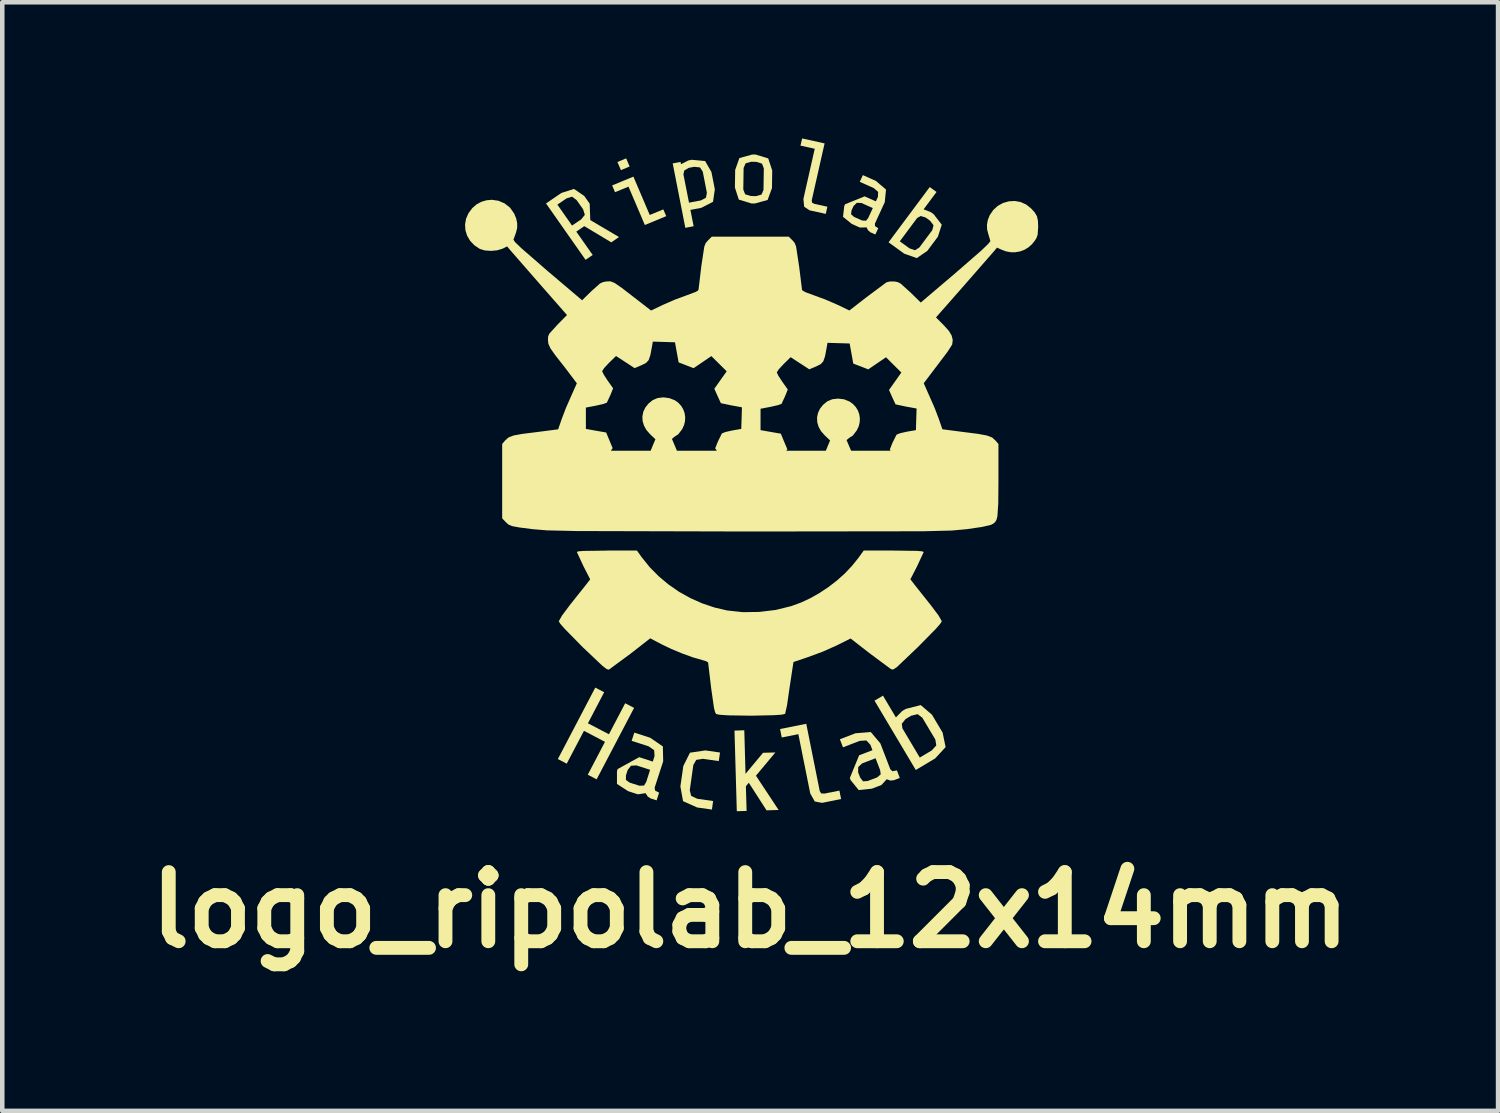
<source format=kicad_pcb>
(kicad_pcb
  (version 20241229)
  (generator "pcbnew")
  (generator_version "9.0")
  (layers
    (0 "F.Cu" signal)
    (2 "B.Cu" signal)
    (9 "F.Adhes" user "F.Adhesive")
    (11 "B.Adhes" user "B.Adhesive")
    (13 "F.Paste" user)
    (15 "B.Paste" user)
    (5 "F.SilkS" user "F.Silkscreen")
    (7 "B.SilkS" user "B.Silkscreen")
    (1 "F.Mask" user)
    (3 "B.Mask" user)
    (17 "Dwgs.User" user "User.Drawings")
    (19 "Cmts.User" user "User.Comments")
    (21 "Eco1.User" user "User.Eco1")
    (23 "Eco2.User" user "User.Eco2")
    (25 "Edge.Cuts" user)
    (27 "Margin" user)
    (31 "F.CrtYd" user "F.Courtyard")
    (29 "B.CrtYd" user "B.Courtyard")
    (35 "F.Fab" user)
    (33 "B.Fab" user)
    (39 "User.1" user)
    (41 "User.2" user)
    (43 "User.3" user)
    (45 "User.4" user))
  (footprint "logo_ripolab_12x14mm"
    (layer "F.Cu")
    (at 13.477 7.916)
    (property "Reference" "logo_ripolab_12x14mm" (at 0 9.081 0) (layer "F.SilkS") (effects (font (size 1.524 1.524) (thickness 0.305))))
    (attr smd)
    (fp_poly (pts (xy -3.662 5.134) (xy -4.042 5.858) (xy -4.237 5.756) (xy -3.413 4.182) (xy -3.217 4.284) (xy -3.575 4.968) (xy -3.112 5.21) (xy -2.754 4.527) (xy -2.558 4.629) (xy -3.383 6.203) (xy -3.578 6.101) (xy -3.199 5.377) (xy -3.662 5.134)) (stroke (width 0) (type solid)) (fill yes) (layer "F.SilkS"))
    (fp_poly (pts (xy -0.095 6.356) (xy -0.079 6.899) (xy -0.295 6.905) (xy -0.346 5.129) (xy -0.13 5.122) (xy -0.103 6.082) (xy 0.283 5.618) (xy 0.554 5.611) (xy 0.127 6.123) (xy 0.626 6.878) (xy 0.36 6.886) (xy -0.031 6.278) (xy -0.095 6.356) (xy -0.095 6.356)) (stroke (width 0) (type solid)) (fill yes) (layer "F.SilkS"))
    (fp_poly (pts (xy 1.306 -6.333) (xy 1.189 -6.412) (xy 1.172 -6.583) (xy 1.422 -7.689) (xy 1.108 -7.758) (xy 1.144 -7.916) (xy 1.639 -7.807) (xy 1.356 -6.554) (xy 1.362 -6.502) (xy 1.416 -6.474) (xy 1.7 -6.412) (xy 1.665 -6.254) (xy 1.306 -6.333) (xy 1.306 -6.333)) (stroke (width 0) (type solid)) (fill yes) (layer "F.SilkS"))
    (fp_poly (pts (xy 1.584 6.721) (xy 1.423 6.691) (xy 1.323 6.515) (xy 1.061 5.208) (xy 0.695 5.281) (xy 0.658 5.095) (xy 1.235 4.979) (xy 1.532 6.46) (xy 1.563 6.513) (xy 1.634 6.517) (xy 1.965 6.451) (xy 2.003 6.637) (xy 1.584 6.721) (xy 1.584 6.721)) (stroke (width 0) (type solid)) (fill yes) (layer "F.SilkS"))
    (fp_poly (pts (xy -2.733 -7.477) (xy -1.914 -6.353) (xy -1.85 -6.204) (xy -2.321 -6.009) (xy -2.681 -6.854) (xy -2.978 -6.732) (xy -3.041 -6.881) (xy -2.573 -7.075) (xy -2.213 -6.23) (xy -1.914 -6.353) (xy -2.733 -7.477) (xy -2.656 -7.298) (xy -2.848 -7.218) (xy -2.925 -7.397) (xy -2.733 -7.477)) (stroke (width 0) (type solid)) (fill yes) (layer "F.SilkS"))
    (fp_poly (pts (xy -1.168 6.823) (xy -1.479 6.684) (xy -1.538 6.36) (xy -1.473 5.908) (xy -1.327 5.616) (xy -0.989 5.566) (xy -0.665 5.612) (xy -0.692 5.801) (xy -1.041 5.751) (xy -1.188 5.774) (xy -1.253 5.888) (xy -1.331 6.441) (xy -1.301 6.568) (xy -1.166 6.631) (xy -0.817 6.681) (xy -0.843 6.869) (xy -1.168 6.823) (xy -1.168 6.823)) (stroke (width 0) (type solid)) (fill yes) (layer "F.SilkS"))
    (fp_poly (pts (xy -3.831 -5.863) (xy -3.925 -5.997) (xy -3.721 -6.135) (xy -3.643 -6.233) (xy -3.68 -6.354) (xy -3.824 -6.558) (xy -3.924 -6.634) (xy -4.045 -6.596) (xy -4.248 -6.458) (xy -3.925 -5.997) (xy -3.831 -5.863) (xy -3.47 -5.349) (xy -3.627 -5.242) (xy -4.498 -6.484) (xy -4.16 -6.715) (xy -3.882 -6.804) (xy -3.656 -6.649) (xy -3.536 -6.479) (xy -3.523 -6.118) (xy -2.89 -5.744) (xy -3.061 -5.627) (xy -3.655 -5.984) (xy -3.831 -5.863)) (stroke (width 0) (type solid)) (fill yes) (layer "F.SilkS"))
    (fp_poly (pts (xy 3.902 -5.439) (xy 3.63 -5.453) (xy 3.726 -5.513) (xy 4.011 -5.895) (xy 4.039 -6.003) (xy 3.962 -6.104) (xy 3.864 -6.175) (xy 3.864 -6.175) (xy 3.754 -6.207) (xy 3.678 -6.163) (xy 3.296 -5.65) (xy 3.509 -5.495) (xy 3.63 -5.453) (xy 3.902 -5.439) (xy 3.67 -5.28) (xy 3.394 -5.377) (xy 3.048 -5.628) (xy 3.955 -6.845) (xy 4.105 -6.737) (xy 3.82 -6.354) (xy 3.978 -6.293) (xy 4.042 -6.247) (xy 4.22 -6.016) (xy 4.135 -5.752) (xy 3.902 -5.439)) (stroke (width 0) (type solid)) (fill yes) (layer "F.SilkS"))
    (fp_poly (pts (xy 4.239 5.173) (xy 4.1 5.456) (xy 4.079 5.327) (xy 3.793 4.847) (xy 3.69 4.767) (xy 3.545 4.802) (xy 3.423 4.875) (xy 3.423 4.875) (xy 3.34 4.978) (xy 3.353 5.079) (xy 3.736 5.723) (xy 4 5.566) (xy 4.1 5.456) (xy 4.239 5.173) (xy 4.305 5.493) (xy 4.075 5.742) (xy 3.648 5.997) (xy 2.739 4.47) (xy 2.925 4.359) (xy 3.21 4.839) (xy 3.348 4.698) (xy 3.426 4.652) (xy 3.757 4.567) (xy 4.005 4.78) (xy 4.239 5.173)) (stroke (width 0) (type solid)) (fill yes) (layer "F.SilkS"))
    (fp_poly (pts (xy -1.535 -7.399) (xy -1.525 -7.348) (xy -1.354 -7.268) (xy -1.452 -7.21) (xy -1.471 -7.125) (xy -1.348 -6.501) (xy -1.088 -6.55) (xy -0.975 -6.609) (xy -0.954 -6.718) (xy -1.045 -7.184) (xy -1.106 -7.278) (xy -1.233 -7.291) (xy -1.354 -7.268) (xy -1.354 -7.268) (xy -1.525 -7.348) (xy -1.363 -7.431) (xy -1.286 -7.446) (xy -0.993 -7.418) (xy -0.854 -7.177) (xy -0.779 -6.796) (xy -0.819 -6.52) (xy -1.078 -6.387) (xy -1.317 -6.342) (xy -1.246 -5.982) (xy -1.429 -5.947) (xy -1.707 -7.366) (xy -1.535 -7.399) (xy -1.535 -7.399)) (stroke (width 0) (type solid)) (fill yes) (layer "F.SilkS"))
    (fp_poly (pts (xy 0.48 -6.823) (xy 0.3 -7.257) (xy 0.26 -7.361) (xy 0.138 -7.4) (xy 0.022 -7.403) (xy -0.101 -7.368) (xy -0.145 -7.265) (xy -0.152 -6.79) (xy -0.111 -6.686) (xy 0.011 -6.648) (xy 0.127 -6.645) (xy 0.25 -6.68) (xy 0.293 -6.782) (xy 0.3 -7.257) (xy 0.3 -7.257) (xy 0.48 -6.823) (xy 0.384 -6.561) (xy 0.102 -6.483) (xy 0.03 -6.483) (xy -0.251 -6.569) (xy -0.337 -6.834) (xy -0.331 -7.222) (xy -0.238 -7.484) (xy 0.046 -7.562) (xy 0.118 -7.562) (xy 0.397 -7.476) (xy 0.485 -7.211) (xy 0.48 -6.823) (xy 0.48 -6.823)) (stroke (width 0) (type solid)) (fill yes) (layer "F.SilkS"))
    (fp_poly (pts (xy -2.195 6.623) (xy -2.441 6.344) (xy -2.338 6.34) (xy -2.29 6.259) (xy -2.205 5.993) (xy -2.507 5.896) (xy -2.624 5.903) (xy -2.698 5.994) (xy -2.737 6.115) (xy -2.738 6.216) (xy -2.656 6.275) (xy -2.441 6.344) (xy -2.441 6.344) (xy -2.195 6.623) (xy -2.258 6.581) (xy -2.304 6.508) (xy -2.475 6.533) (xy -2.69 6.463) (xy -2.935 6.304) (xy -2.935 6.024) (xy -2.919 5.976) (xy -2.446 5.715) (xy -2.146 5.812) (xy -2.107 5.691) (xy -2.116 5.56) (xy -2.238 5.476) (xy -2.612 5.355) (xy -2.553 5.174) (xy -2.203 5.287) (xy -1.924 5.478) (xy -1.917 5.806) (xy -2.105 6.386) (xy -2.096 6.45) (xy -2.007 6.497) (xy -2.062 6.666) (xy -2.195 6.623) (xy -2.195 6.623)) (stroke (width 0) (type solid)) (fill yes) (layer "F.SilkS"))
    (fp_poly (pts (xy 2.648 -5.849) (xy 2.464 -6.109) (xy 2.553 -6.103) (xy 2.601 -6.166) (xy 2.701 -6.382) (xy 2.451 -6.494) (xy 2.35 -6.498) (xy 2.278 -6.429) (xy 2.232 -6.331) (xy 2.222 -6.246) (xy 2.287 -6.188) (xy 2.464 -6.109) (xy 2.464 -6.109) (xy 2.648 -5.849) (xy 2.597 -5.891) (xy 2.565 -5.957) (xy 2.417 -5.953) (xy 2.239 -6.032) (xy 2.045 -6.19) (xy 2.072 -6.426) (xy 2.09 -6.466) (xy 2.521 -6.64) (xy 2.768 -6.53) (xy 2.814 -6.628) (xy 2.819 -6.739) (xy 2.723 -6.822) (xy 2.414 -6.96) (xy 2.482 -7.108) (xy 2.771 -6.979) (xy 2.992 -6.79) (xy 2.965 -6.513) (xy 2.748 -6.041) (xy 2.749 -5.986) (xy 2.821 -5.938) (xy 2.757 -5.8) (xy 2.648 -5.849) (xy 2.648 -5.849)) (stroke (width 0) (type solid)) (fill yes) (layer "F.SilkS"))
    (fp_poly (pts (xy 3.166 6.222) (xy 2.799 6.159) (xy 2.876 6.092) (xy 2.862 5.999) (xy 2.762 5.738) (xy 2.466 5.852) (xy 2.38 5.932) (xy 2.378 6.049) (xy 2.424 6.167) (xy 2.487 6.247) (xy 2.588 6.24) (xy 2.799 6.159) (xy 2.799 6.159) (xy 3.166 6.222) (xy 3.09 6.23) (xy 3.008 6.201) (xy 2.891 6.328) (xy 2.68 6.409) (xy 2.39 6.439) (xy 2.213 6.221) (xy 2.195 6.174) (xy 2.4 5.673) (xy 2.694 5.561) (xy 2.648 5.442) (xy 2.56 5.346) (xy 2.411 5.356) (xy 2.044 5.498) (xy 1.976 5.32) (xy 2.319 5.188) (xy 2.657 5.161) (xy 2.868 5.412) (xy 3.087 5.981) (xy 3.134 6.025) (xy 3.232 6.006) (xy 3.296 6.172) (xy 3.166 6.222) (xy 3.166 6.222)) (stroke (width 0) (type solid)) (fill yes) (layer "F.SilkS"))
    (fp_poly (pts (xy -5.693 -6.564) (xy -5.809 -6.554) (xy -5.921 -6.521) (xy -3.109 -2.974) (xy -2.956 -3.123) (xy -2.751 -2.99) (xy -2.546 -2.856) (xy -2.393 -2.921) (xy -2.296 -2.969) (xy -2.237 -3.032) (xy -2.199 -3.144) (xy -2.162 -3.341) (xy -2.145 -3.44) (xy -2.145 -3.44) (xy -1.901 -3.433) (xy -1.657 -3.425) (xy -1.617 -3.204) (xy -1.577 -2.983) (xy -1.412 -2.919) (xy -1.247 -2.855) (xy -1.051 -2.988) (xy -0.856 -3.121) (xy -0.687 -2.954) (xy -0.518 -2.786) (xy -0.654 -2.594) (xy -0.79 -2.402) (xy -0.721 -2.247) (xy -0.646 -2.084) (xy -0.411 -2.035) (xy -0.182 -1.993) (xy -0.189 -1.755) (xy -0.197 -1.517) (xy -0.396 -1.482) (xy -0.545 -1.449) (xy -0.624 -1.417) (xy -0.712 -1.238) (xy -0.771 -1.09) (xy -0.735 -1.036) (xy -1.614 -1.036) (xy -1.724 -1.297) (xy -1.664 -1.347) (xy -1.585 -1.398) (xy -1.498 -1.512) (xy -1.458 -1.599) (xy -1.436 -1.688) (xy -1.432 -1.778) (xy -1.445 -1.865) (xy -1.475 -1.948) (xy -1.521 -2.025) (xy -1.582 -2.092) (xy -1.658 -2.147) (xy -1.78 -2.195) (xy -1.912 -2.212) (xy -2.04 -2.197) (xy -2.149 -2.15) (xy -2.242 -2.074) (xy -2.31 -1.988) (xy -2.355 -1.894) (xy -2.375 -1.794) (xy -2.371 -1.693) (xy -2.341 -1.592) (xy -2.287 -1.494) (xy -2.208 -1.403) (xy -2.088 -1.289) (xy -2.128 -1.194) (xy -2.193 -1.036) (xy -3.07 -1.036) (xy -3.03 -1.094) (xy -3.102 -1.266) (xy -3.173 -1.438) (xy -3.397 -1.477) (xy -3.62 -1.517) (xy -3.62 -1.752) (xy -3.62 -1.987) (xy -3.399 -2.029) (xy -3.237 -2.066) (xy -3.158 -2.095) (xy -3.079 -2.265) (xy -3.02 -2.411) (xy -3.141 -2.582) (xy -3.226 -2.713) (xy -3.262 -2.789) (xy -3.217 -2.858) (xy -3.109 -2.974) (xy -5.921 -6.521) (xy -6.027 -6.464) (xy -6.122 -6.382) (xy -6.207 -6.268) (xy -6.26 -6.146) (xy -6.282 -6.02) (xy -6.274 -5.894) (xy -6.236 -5.773) (xy -6.17 -5.661) (xy -6.077 -5.563) (xy -5.956 -5.482) (xy -5.848 -5.449) (xy -5.711 -5.439) (xy -5.572 -5.452) (xy -5.456 -5.487) (xy -5.355 -5.537) (xy -5.28 -5.448) (xy -4.621 -4.693) (xy 0.707 -2.556) (xy 0.621 -2.687) (xy 0.586 -2.763) (xy 0.631 -2.832) (xy 0.739 -2.948) (xy 0.891 -3.097) (xy 1.097 -2.963) (xy 1.302 -2.83) (xy 1.455 -2.894) (xy 1.552 -2.943) (xy 1.61 -3.005) (xy 1.649 -3.118) (xy 1.686 -3.315) (xy 1.703 -3.414) (xy 1.703 -3.414) (xy 1.703 -3.414) (xy 1.947 -3.406) (xy 2.191 -3.399) (xy 2.231 -3.178) (xy 2.271 -2.956) (xy 2.436 -2.893) (xy 2.601 -2.829) (xy 2.796 -2.962) (xy 2.992 -3.095) (xy 3.161 -2.927) (xy 3.33 -2.759) (xy 3.194 -2.567) (xy 3.058 -2.375) (xy 3.127 -2.22) (xy 3.202 -2.058) (xy 3.436 -2.008) (xy 3.666 -1.967) (xy 3.658 -1.729) (xy 3.651 -1.49) (xy 3.452 -1.456) (xy 3.303 -1.422) (xy 3.224 -1.39) (xy 3.135 -1.212) (xy 3.076 -1.064) (xy 3.095 -1.036) (xy 2.223 -1.036) (xy 2.123 -1.271) (xy 2.184 -1.321) (xy 2.263 -1.372) (xy 2.349 -1.486) (xy 2.39 -1.572) (xy 2.412 -1.662) (xy 2.416 -1.751) (xy 2.403 -1.839) (xy 2.373 -1.922) (xy 2.327 -1.998) (xy 2.265 -2.065) (xy 2.189 -2.12) (xy 2.068 -2.169) (xy 1.936 -2.185) (xy 1.807 -2.17) (xy 1.698 -2.124) (xy 1.606 -2.048) (xy 1.537 -1.962) (xy 1.493 -1.867) (xy 1.473 -1.768) (xy 1.477 -1.666) (xy 1.506 -1.565) (xy 1.56 -1.468) (xy 1.64 -1.377) (xy 1.76 -1.263) (xy 1.72 -1.167) (xy 1.666 -1.036) (xy 0.796 -1.036) (xy 0.818 -1.068) (xy 0.746 -1.24) (xy 0.675 -1.412) (xy 0.451 -1.451) (xy 0.228 -1.49) (xy 0.228 -1.726) (xy 0.228 -1.961) (xy 0.448 -2.003) (xy 0.61 -2.04) (xy 0.69 -2.068) (xy 0.769 -2.238) (xy 0.828 -2.385) (xy 0.707 -2.556) (xy -4.621 -4.693) (xy -4.036 -4.026) (xy -4.246 -3.813) (xy -4.425 -3.615) (xy -4.451 -3.555) (xy -4.456 -3.487) (xy -4.447 -3.394) (xy -4.401 -3.292) (xy -4.291 -3.136) (xy -4.088 -2.878) (xy -3.819 -2.522) (xy -3.948 -2.232) (xy -4.061 -1.975) (xy -4.151 -1.738) (xy -4.231 -1.508) (xy -4.685 -1.449) (xy -5.015 -1.408) (xy -5.214 -1.372) (xy -5.325 -1.328) (xy -5.396 -1.265) (xy -5.464 -1.185) (xy -5.464 -0.366) (xy -5.464 0.453) (xy -3.975 2.366) (xy -4.145 2.594) (xy -4.217 2.72) (xy -4.183 2.777) (xy -4.082 2.892) (xy -3.691 3.29) (xy -3.257 3.701) (xy -3.161 3.775) (xy -3.114 3.787) (xy -2.632 3.432) (xy -2.202 3.096) (xy -1.956 3.226) (xy -1.737 3.331) (xy -1.493 3.432) (xy -1.256 3.518) (xy -1.059 3.574) (xy -0.966 3.603) (xy -0.927 3.628) (xy -0.86 4.193) (xy -0.798 4.627) (xy -0.773 4.724) (xy -0.749 4.765) (xy -0.666 4.781) (xy -0.489 4.793) (xy 0.02 4.801) (xy 0.524 4.79) (xy 0.695 4.778) (xy 0.769 4.761) (xy 0.811 4.575) (xy 0.868 4.179) (xy 0.953 3.619) (xy 1.279 3.508) (xy 1.589 3.394) (xy 1.9 3.256) (xy 2.212 3.1) (xy 2.626 3.422) (xy 3.103 3.776) (xy 3.15 3.783) (xy 3.232 3.73) (xy 3.693 3.291) (xy 4.086 2.892) (xy 4.187 2.776) (xy 4.221 2.72) (xy 4.15 2.594) (xy 3.979 2.366) (xy 3.633 1.931) (xy 3.529 1.796) (xy 3.676 1.51) (xy 3.823 1.194) (xy 3.788 1.18) (xy 3.674 1.17) (xy 3.162 1.163) (xy 2.501 1.163) (xy 2.382 1.327) (xy 2.243 1.5) (xy 2.086 1.666) (xy 1.912 1.822) (xy 1.725 1.966) (xy 1.528 2.097) (xy 1.324 2.213) (xy 1.115 2.31) (xy 0.904 2.387) (xy 0.564 2.471) (xy 0.2 2.515) (xy -0.164 2.52) (xy -0.506 2.483) (xy -0.785 2.418) (xy -1.056 2.327) (xy -1.317 2.211) (xy -1.566 2.072) (xy -1.799 1.911) (xy -2.015 1.73) (xy -2.212 1.531) (xy -2.387 1.314) (xy -2.495 1.163) (xy -3.157 1.163) (xy -3.157 1.164) (xy -3.67 1.171) (xy -3.784 1.18) (xy -3.819 1.194) (xy -3.672 1.51) (xy -3.525 1.797) (xy -3.629 1.931) (xy -3.975 2.366) (xy -5.464 0.453) (xy -5.389 0.532) (xy -5.327 0.589) (xy -5.244 0.625) (xy -5.086 0.654) (xy -4.801 0.691) (xy -4.479 0.718) (xy -3.815 0.733) (xy -0.043 0.743) (xy 3.802 0.738) (xy 4.438 0.722) (xy 4.772 0.692) (xy 5.111 0.642) (xy 5.303 0.597) (xy 5.357 0.569) (xy 5.397 0.535) (xy 5.426 0.485) (xy 5.446 0.407) (xy 5.465 0.127) (xy 5.469 -0.388) (xy 5.469 -1.185) (xy 5.4 -1.265) (xy 5.33 -1.328) (xy 5.218 -1.371) (xy 5.019 -1.408) (xy 4.688 -1.45) (xy 4.234 -1.509) (xy 4.155 -1.738) (xy 4.065 -1.975) (xy 3.952 -2.232) (xy 3.823 -2.523) (xy 4.129 -2.927) (xy 4.349 -3.218) (xy 4.45 -3.376) (xy 4.462 -3.478) (xy 4.437 -3.577) (xy 4.373 -3.681) (xy 4.264 -3.802) (xy 4.093 -3.973) (xy 4.691 -4.653) (xy 5.363 -5.422) (xy 5.438 -5.511) (xy 5.528 -5.469) (xy 5.634 -5.429) (xy 5.74 -5.409) (xy 5.844 -5.409) (xy 5.945 -5.427) (xy 6.04 -5.462) (xy 6.128 -5.515) (xy 6.207 -5.585) (xy 6.276 -5.671) (xy 6.311 -5.732) (xy 6.332 -5.792) (xy 6.344 -5.968) (xy 6.339 -6.103) (xy 6.318 -6.2) (xy 6.271 -6.282) (xy 6.189 -6.374) (xy 6.08 -6.46) (xy 5.959 -6.515) (xy 5.83 -6.538) (xy 5.699 -6.531) (xy 5.572 -6.495) (xy 5.455 -6.431) (xy 5.355 -6.34) (xy 5.276 -6.223) (xy 5.235 -6.12) (xy 5.216 -6.016) (xy 5.219 -5.914) (xy 5.244 -5.816) (xy 5.292 -5.654) (xy 5.244 -5.593) (xy 5.1 -5.454) (xy 4.527 -4.955) (xy 3.758 -4.301) (xy 3.528 -4.526) (xy 3.317 -4.717) (xy 3.251 -4.751) (xy 3.18 -4.765) (xy 3.078 -4.765) (xy 3.002 -4.746) (xy 2.564 -4.42) (xy 2.185 -4.126) (xy 1.923 -4.252) (xy 1.662 -4.365) (xy 1.402 -4.461) (xy 1.219 -4.528) (xy 1.143 -4.573) (xy 1.078 -5.096) (xy 1.011 -5.535) (xy 0.979 -5.616) (xy 0.932 -5.671) (xy 0.85 -5.752) (xy 0.002 -5.752) (xy -0.846 -5.752) (xy -0.93 -5.669) (xy -0.979 -5.613) (xy -1.011 -5.534) (xy -1.076 -5.107) (xy -1.138 -4.586) (xy -1.153 -4.563) (xy -1.2 -4.535) (xy -1.398 -4.461) (xy -1.658 -4.365) (xy -1.92 -4.251) (xy -2.184 -4.125) (xy -2.544 -4.404) (xy -2.828 -4.623) (xy -2.987 -4.733) (xy -3.082 -4.769) (xy -3.173 -4.765) (xy -3.244 -4.751) (xy -3.308 -4.721) (xy -3.499 -4.551) (xy -3.703 -4.351) (xy -4.466 -4.998) (xy -5.042 -5.499) (xy -5.177 -5.629) (xy -5.216 -5.685) (xy -5.159 -5.842) (xy -5.134 -5.942) (xy -5.133 -6.046) (xy -5.155 -6.153) (xy -5.2 -6.262) (xy -5.291 -6.391) (xy -5.41 -6.485) (xy -5.546 -6.543) (xy -5.693 -6.565) (xy -5.693 -6.564)) (stroke (width 0) (type solid)) (fill yes) (layer "F.SilkS")))
  (gr_rect
    (start -3 -3)
    (end 29.953 21.423)
    (stroke (width 0.1) (type default))
    (fill no)
    (layer "Edge.Cuts")))
</source>
